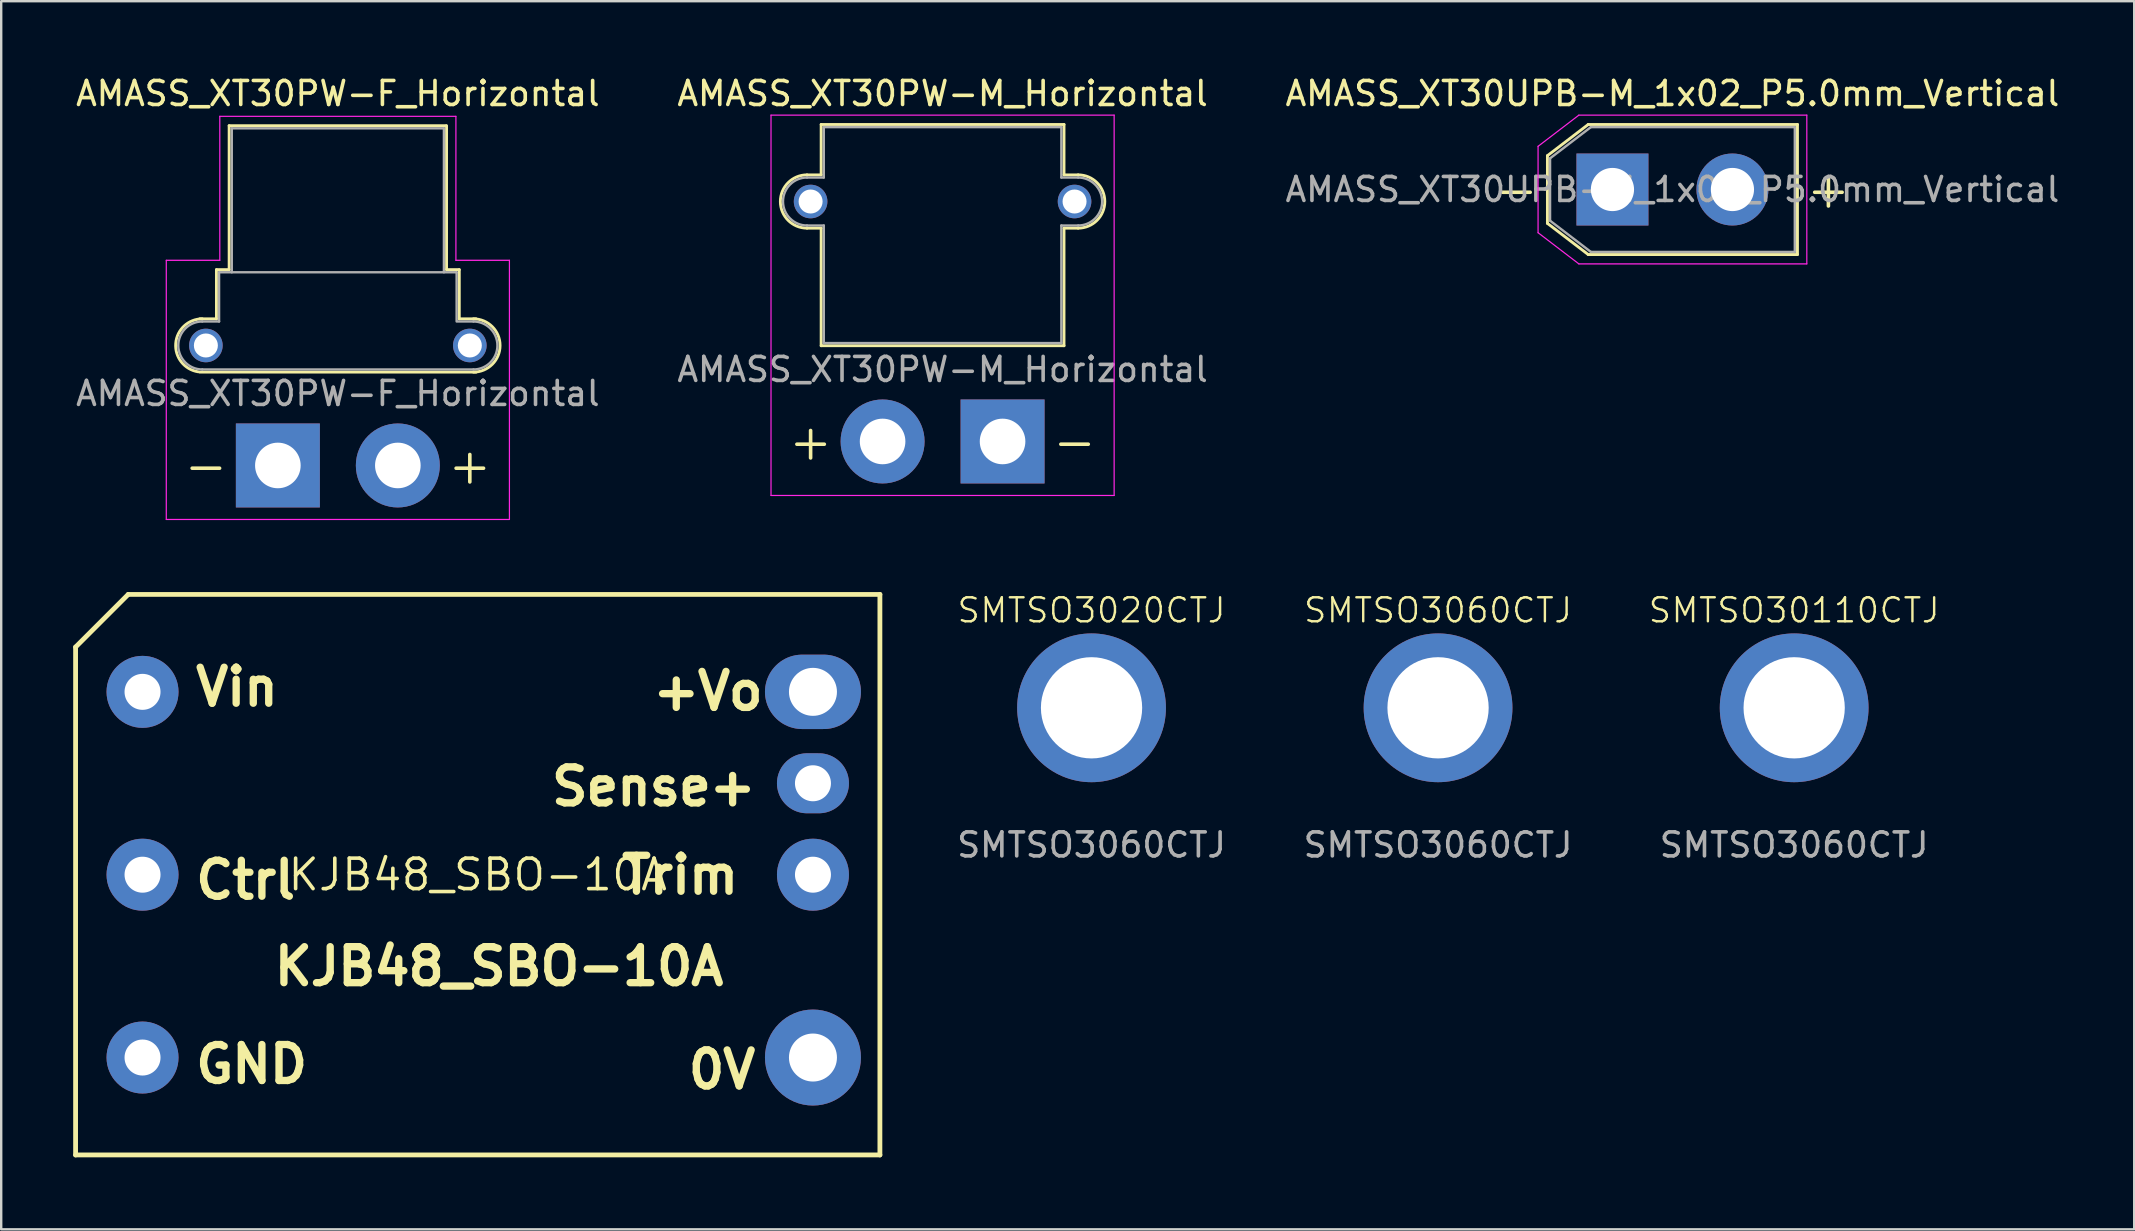
<source format=kicad_pcb>
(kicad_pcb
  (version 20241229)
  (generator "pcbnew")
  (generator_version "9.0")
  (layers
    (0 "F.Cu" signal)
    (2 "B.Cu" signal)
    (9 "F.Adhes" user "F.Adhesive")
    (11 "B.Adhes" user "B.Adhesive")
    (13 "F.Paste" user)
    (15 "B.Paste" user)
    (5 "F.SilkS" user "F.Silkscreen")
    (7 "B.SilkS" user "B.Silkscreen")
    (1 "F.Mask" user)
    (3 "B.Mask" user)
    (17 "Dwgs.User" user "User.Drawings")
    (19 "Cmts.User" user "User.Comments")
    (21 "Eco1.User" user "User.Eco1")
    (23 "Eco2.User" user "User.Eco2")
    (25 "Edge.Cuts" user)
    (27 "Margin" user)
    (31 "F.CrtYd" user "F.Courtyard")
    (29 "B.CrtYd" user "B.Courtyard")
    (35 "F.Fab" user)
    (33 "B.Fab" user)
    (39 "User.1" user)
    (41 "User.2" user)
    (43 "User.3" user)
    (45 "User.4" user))
  (footprint "AMASS_XT30UPB-M_1x02_P5.0mm_Vertical"
    (layer "F.Cu")
    (at 64.149 4.848)
    (property "Reference" "AMASS_XT30UPB-M_1x02_P5.0mm_Vertical" (at 2.5 -4 0) (layer "F.SilkS") (effects (font (size 1 1) (thickness 0.15))))
    (attr through_hole)
    (fp_line (start -2.71 -1.41) (end -2.71 1.41) (stroke (width 0.12) (type solid)) (layer "F.SilkS"))
    (fp_line (start -2.71 -1.41) (end -1.01 -2.71) (stroke (width 0.12) (type solid)) (layer "F.SilkS"))
    (fp_line (start -2.71 1.41) (end -1.01 2.71) (stroke (width 0.12) (type solid)) (layer "F.SilkS"))
    (fp_line (start -1.01 -2.71) (end 7.71 -2.71) (stroke (width 0.12) (type solid)) (layer "F.SilkS"))
    (fp_line (start -1.01 2.71) (end 7.71 2.71) (stroke (width 0.12) (type solid)) (layer "F.SilkS"))
    (fp_line (start 7.71 -2.71) (end 7.71 2.71) (stroke (width 0.12) (type solid)) (layer "F.SilkS"))
    (fp_line (start -3.1 -1.8) (end -3.1 1.8) (stroke (width 0.05) (type solid)) (layer "F.CrtYd"))
    (fp_line (start -3.1 -1.8) (end -1.4 -3.1) (stroke (width 0.05) (type solid)) (layer "F.CrtYd"))
    (fp_line (start -3.1 1.8) (end -1.4 3.1) (stroke (width 0.05) (type solid)) (layer "F.CrtYd"))
    (fp_line (start -1.4 -3.1) (end 8.1 -3.1) (stroke (width 0.05) (type solid)) (layer "F.CrtYd"))
    (fp_line (start -1.4 3.1) (end 8.1 3.1) (stroke (width 0.05) (type solid)) (layer "F.CrtYd"))
    (fp_line (start 8.1 -3.1) (end 8.1 3.1) (stroke (width 0.05) (type solid)) (layer "F.CrtYd"))
    (fp_line (start -2.6 -1.3) (end -2.6 1.3) (stroke (width 0.1) (type solid)) (layer "F.Fab"))
    (fp_line (start -2.6 -1.3) (end -0.9 -2.6) (stroke (width 0.1) (type solid)) (layer "F.Fab"))
    (fp_line (start -2.6 1.3) (end -0.9 2.6) (stroke (width 0.1) (type solid)) (layer "F.Fab"))
    (fp_line (start -0.9 -2.6) (end 7.6 -2.6) (stroke (width 0.1) (type solid)) (layer "F.Fab"))
    (fp_line (start -0.9 2.6) (end 7.6 2.6) (stroke (width 0.1) (type solid)) (layer "F.Fab"))
    (fp_line (start 7.6 -2.6) (end 7.6 2.6) (stroke (width 0.1) (type solid)) (layer "F.Fab"))
    (fp_text user "+" (at 9 0 0) (layer "F.SilkS") (effects (font (size 1.5 1.5) (thickness 0.15))))
    (fp_text user "-" (at -4 0 0) (layer "F.SilkS") (effects (font (size 1.5 1.5) (thickness 0.15))))
    (fp_text user "${REFERENCE}" (at 2.5 0 0) (layer "F.Fab") (effects (font (size 1 1) (thickness 0.15))))
    (pad "1" thru_hole rect (at 0 0) (size 3 3) (drill 1.8) (layers "*.Cu" "*.Mask"))
    (pad "2" thru_hole circle (at 5 0) (size 3 3) (drill 1.8) (layers "*.Cu" "*.Mask")))
  (footprint "SMTSO3020CTJ"
    (layer "F.Cu")
    (at 42.44 26.448)
    (property "Reference" "SMTSO3020CTJ" (at 0 -4.064 0) (unlocked yes) (layer "F.SilkS") (effects (font (size 1 1) (thickness 0.1))))
    (attr smd)
    (fp_text user "SMTSO3060CTJ" (at 0 5.715 0) (unlocked yes) (layer "F.Fab") (effects (font (size 1 1) (thickness 0.15))))
    (pad "1" thru_hole circle (at 0 0) (size 6.2 6.2) (drill 4.22) (layers "*.Cu" "*.Mask")))
  (footprint "SMTSO30110CTJ"
    (layer "F.Cu")
    (at 71.722 26.448)
    (property "Reference" "SMTSO30110CTJ" (at 0 -4.064 0) (unlocked yes) (layer "F.SilkS") (effects (font (size 1 1) (thickness 0.1))))
    (attr smd)
    (fp_text user "SMTSO3060CTJ" (at 0 5.715 0) (unlocked yes) (layer "F.Fab") (effects (font (size 1 1) (thickness 0.15))))
    (pad "1" thru_hole circle (at 0 0) (size 6.2 6.2) (drill 4.22) (layers "*.Cu" "*.Mask")))
  (footprint "SMTSO3060CTJ"
    (layer "F.Cu")
    (at 56.881 26.448)
    (property "Reference" "SMTSO3060CTJ" (at 0 -4.064 0) (unlocked yes) (layer "F.SilkS") (effects (font (size 1 1) (thickness 0.1))))
    (attr smd)
    (fp_text user "SMTSO3060CTJ" (at 0 5.715 0) (unlocked yes) (layer "F.Fab") (effects (font (size 1 1) (thickness 0.15))))
    (pad "1" thru_hole circle (at 0 0) (size 6.2 6.2) (drill 4.22) (layers "*.Cu" "*.Mask")))
  (footprint "AMASS_XT30PW-F_Horizontal"
    (layer "F.Cu")
    (at 8.53 16.348)
    (property "Reference" "AMASS_XT30PW-F_Horizontal" (at 2.5 -15.5 0) (layer "F.SilkS") (effects (font (size 1 1) (thickness 0.15))))
    (attr through_hole)
    (fp_line (start -3.26 -6.11) (end -2.56 -6.11) (stroke (width 0.12) (type solid)) (layer "F.SilkS"))
    (fp_line (start -3.26 -3.89) (end 8.26 -3.89) (stroke (width 0.12) (type solid)) (layer "F.SilkS"))
    (fp_line (start -2.56 -8.16) (end -2.56 -6.11) (stroke (width 0.12) (type solid)) (layer "F.SilkS"))
    (fp_line (start -2.56 -8.16) (end -2.03 -8.16) (stroke (width 0.12) (type solid)) (layer "F.SilkS"))
    (fp_line (start -2.03 -14.16) (end -2.03 -8.16) (stroke (width 0.12) (type solid)) (layer "F.SilkS"))
    (fp_line (start -2.03 -14.16) (end 7 -14.16) (stroke (width 0.12) (type solid)) (layer "F.SilkS"))
    (fp_line (start 7.03 -14.16) (end 7.03 -8.16) (stroke (width 0.12) (type solid)) (layer "F.SilkS"))
    (fp_line (start 7.03 -8.16) (end 7.56 -8.16) (stroke (width 0.12) (type solid)) (layer "F.SilkS"))
    (fp_line (start 7.56 -8.16) (end 7.56 -6.11) (stroke (width 0.12) (type solid)) (layer "F.SilkS"))
    (fp_line (start 7.56 -6.11) (end 8.26 -6.11) (stroke (width 0.12) (type solid)) (layer "F.SilkS"))
    (fp_arc (start -3.321729 -3.903365) (mid -4.256653 -5.086124) (end -3.15 -6.11) (stroke (width 0.12) (type solid)) (layer "F.SilkS"))
    (fp_arc (start 8.15 -6.11) (mid 9.26 -5) (end 8.15 -3.89) (stroke (width 0.12) (type solid)) (layer "F.SilkS"))
    (fp_line (start -4.65 -8.55) (end -4.65 2.25) (stroke (width 0.05) (type solid)) (layer "F.CrtYd"))
    (fp_line (start -4.65 -8.55) (end -2.42 -8.55) (stroke (width 0.05) (type solid)) (layer "F.CrtYd"))
    (fp_line (start -4.65 2.25) (end 9.65 2.25) (stroke (width 0.05) (type solid)) (layer "F.CrtYd"))
    (fp_line (start -2.42 -14.55) (end -2.42 -8.55) (stroke (width 0.05) (type solid)) (layer "F.CrtYd"))
    (fp_line (start -2.42 -14.55) (end 7.42 -14.55) (stroke (width 0.05) (type solid)) (layer "F.CrtYd"))
    (fp_line (start 7.42 -14.55) (end 7.42 -8.55) (stroke (width 0.05) (type solid)) (layer "F.CrtYd"))
    (fp_line (start 7.42 -8.55) (end 9.65 -8.55) (stroke (width 0.05) (type solid)) (layer "F.CrtYd"))
    (fp_line (start 9.65 -8.55) (end 9.65 2.25) (stroke (width 0.05) (type solid)) (layer "F.CrtYd"))
    (fp_line (start -3.15 -6) (end -2.45 -6) (stroke (width 0.1) (type solid)) (layer "F.Fab"))
    (fp_line (start -3.15 -4) (end 8.15 -4) (stroke (width 0.1) (type solid)) (layer "F.Fab"))
    (fp_line (start -2.45 -8.05) (end -2.45 -6) (stroke (width 0.1) (type solid)) (layer "F.Fab"))
    (fp_line (start -2.45 -8.05) (end 7.45 -8.05) (stroke (width 0.1) (type solid)) (layer "F.Fab"))
    (fp_line (start -1.92 -14.05) (end -1.92 -8.05) (stroke (width 0.1) (type solid)) (layer "F.Fab"))
    (fp_line (start -1.92 -14.05) (end 6.92 -14.05) (stroke (width 0.1) (type solid)) (layer "F.Fab"))
    (fp_line (start 6.92 -14.05) (end 6.92 -8.05) (stroke (width 0.1) (type solid)) (layer "F.Fab"))
    (fp_line (start 7.45 -8.05) (end 7.45 -6.05) (stroke (width 0.1) (type solid)) (layer "F.Fab"))
    (fp_line (start 7.45 -6) (end 8.15 -6) (stroke (width 0.1) (type solid)) (layer "F.Fab"))
    (fp_arc (start -3.15 -4) (mid -4.15 -5) (end -3.15 -6) (stroke (width 0.1) (type solid)) (layer "F.Fab"))
    (fp_arc (start 8.15 -6) (mid 9.15 -5) (end 8.15 -4) (stroke (width 0.1) (type solid)) (layer "F.Fab"))
    (fp_text user "-" (at -3 0 0) (layer "F.SilkS") (effects (font (size 1.5 1.5) (thickness 0.15))))
    (fp_text user "+" (at 8 0 0) (layer "F.SilkS") (effects (font (size 1.5 1.5) (thickness 0.15))))
    (fp_text user "${REFERENCE}" (at 2.5 -3 0) (layer "F.Fab") (effects (font (size 1 1) (thickness 0.15))))
    (pad "" thru_hole circle (at -3 -5 90) (size 1.4 1.4) (drill 1) (layers "*.Cu" "*.Mask"))
    (pad "" thru_hole circle (at 8 -5) (size 1.4 1.4) (drill 1) (layers "*.Cu" "*.Mask"))
    (pad "1" thru_hole rect (at 0 0) (size 3.5 3.5) (drill 1.9) (layers "*.Cu" "*.Mask"))
    (pad "2" thru_hole circle (at 5 0) (size 3.5 3.5) (drill 1.9) (layers "*.Cu" "*.Mask")))
  (footprint "KJB48_SBO-10A"
    (layer "F.Cu")
    (at 16.86 33.403)
    (property "Reference" "KJB48_SBO-10A" (at 0 0 0) (layer "F.SilkS") (effects (font (size 1.27 1.27) (thickness 0.15))))
    (fp_line (start -16.76 -9.487) (end -14.567 -11.68) (stroke (width 0.2) (type solid)) (layer "F.SilkS"))
    (fp_line (start -16.76 11.68) (end -16.76 -9.487) (stroke (width 0.2) (type solid)) (layer "F.SilkS"))
    (fp_line (start -16.76 11.68) (end 16.76 11.68) (stroke (width 0.2) (type solid)) (layer "F.SilkS"))
    (fp_line (start -14.567 -11.68) (end 16.76 -11.68) (stroke (width 0.2) (type solid)) (layer "F.SilkS"))
    (fp_line (start 16.76 11.68) (end 16.76 -11.68) (stroke (width 0.2) (type solid)) (layer "F.SilkS"))
    (fp_text user "0V" (at 8.622 9.002 0) (unlocked yes) (layer "F.SilkS") (effects (font (size 1.5 1.5) (thickness 0.305)) (justify left bottom)))
    (fp_text user "Ctrl" (at -11.91 1.097 0) (unlocked yes) (layer "F.SilkS") (effects (font (size 1.5 1.5) (thickness 0.305)) (justify left bottom)))
    (fp_text user "Trim" (at 5.842 0.889 0) (unlocked yes) (layer "F.SilkS") (effects (font (size 1.5 1.5) (thickness 0.305)) (justify left bottom)))
    (fp_text user "KJB48_SBO-10A" (at -8.636 4.699 0) (unlocked yes) (layer "F.SilkS") (effects (font (size 1.5 1.5) (thickness 0.305)) (justify left bottom)))
    (fp_text user "Sense+" (at 2.921 -2.794 0) (unlocked yes) (layer "F.SilkS") (effects (font (size 1.5 1.5) (thickness 0.305)) (justify left bottom)))
    (fp_text user "Vin" (at -11.912 -6.947 0) (unlocked yes) (layer "F.SilkS") (effects (font (size 1.5 1.5) (thickness 0.305)) (justify left bottom)))
    (fp_text user "GND" (at -11.91 8.776 0) (unlocked yes) (layer "F.SilkS") (effects (font (size 1.5 1.5) (thickness 0.305)) (justify left bottom)))
    (fp_text user "+Vo" (at 7.145 -6.773 0) (unlocked yes) (layer "F.SilkS") (effects (font (size 1.5 1.5) (thickness 0.305)) (justify left bottom)))
    (pad "1" thru_hole circle (at -13.97 -7.62 270) (size 3 3) (drill 1.5) (layers "*.Cu" "*.Mask"))
    (pad "2" thru_hole circle (at -13.97 0 270) (size 3 3) (drill 1.5) (layers "*.Cu" "*.Mask"))
    (pad "3" thru_hole circle (at -13.97 7.62 270) (size 3 3) (drill 1.5) (layers "*.Cu" "*.Mask"))
    (pad "4" thru_hole circle (at 13.97 7.62 270) (size 4 4) (drill 2) (layers "*.Cu" "*.Mask"))
    (pad "5" thru_hole circle (at 13.97 0 270) (size 3 3) (drill 1.5) (layers "*.Cu" "*.Mask"))
    (pad "6" thru_hole oval (at 13.97 -3.81 270) (size 2.5 3) (drill 1.5) (layers "*.Cu" "*.Mask"))
    (pad "7" thru_hole oval (at 13.97 -7.62 270) (size 3.1 4) (drill 2) (layers "*.Cu" "*.Mask")))
  (footprint "AMASS_XT30PW-M_Horizontal"
    (layer "F.Cu")
    (at 38.732 15.348)
    (property "Reference" "AMASS_XT30PW-M_Horizontal" (at -2.5 -14.5 0) (layer "F.SilkS") (effects (font (size 1 1) (thickness 0.15))))
    (attr through_hole)
    (fp_line (start -8.15 -11.11) (end -7.56 -11.11) (stroke (width 0.12) (type solid)) (layer "F.SilkS"))
    (fp_line (start -8.15 -8.89) (end -7.56 -8.89) (stroke (width 0.12) (type solid)) (layer "F.SilkS"))
    (fp_line (start -7.56 -13.21) (end -7.56 -11.11) (stroke (width 0.12) (type solid)) (layer "F.SilkS"))
    (fp_line (start -7.56 -13.21) (end 2.56 -13.21) (stroke (width 0.12) (type solid)) (layer "F.SilkS"))
    (fp_line (start -7.56 -8.89) (end -7.56 -3.99) (stroke (width 0.12) (type solid)) (layer "F.SilkS"))
    (fp_line (start -7.56 -3.99) (end 2.56 -3.99) (stroke (width 0.12) (type solid)) (layer "F.SilkS"))
    (fp_line (start 2.56 -13.21) (end 2.56 -11.11) (stroke (width 0.12) (type solid)) (layer "F.SilkS"))
    (fp_line (start 2.56 -11.11) (end 3.15 -11.11) (stroke (width 0.12) (type solid)) (layer "F.SilkS"))
    (fp_line (start 2.56 -8.89) (end 2.56 -3.99) (stroke (width 0.12) (type solid)) (layer "F.SilkS"))
    (fp_line (start 2.56 -8.89) (end 3.15 -8.89) (stroke (width 0.12) (type solid)) (layer "F.SilkS"))
    (fp_arc (start -8.15 -8.89) (mid -9.26 -10) (end -8.15 -11.11) (stroke (width 0.12) (type solid)) (layer "F.SilkS"))
    (fp_arc (start 3.15 -11.11) (mid 4.26 -10) (end 3.15 -8.89) (stroke (width 0.12) (type solid)) (layer "F.SilkS"))
    (fp_line (start -9.65 -13.6) (end -9.65 2.25) (stroke (width 0.05) (type solid)) (layer "F.CrtYd"))
    (fp_line (start -9.65 -13.6) (end 4.65 -13.6) (stroke (width 0.05) (type solid)) (layer "F.CrtYd"))
    (fp_line (start -9.65 2.25) (end 4.65 2.25) (stroke (width 0.05) (type solid)) (layer "F.CrtYd"))
    (fp_line (start 4.65 -13.6) (end 4.65 2.25) (stroke (width 0.05) (type solid)) (layer "F.CrtYd"))
    (fp_line (start -8.15 -11) (end -7.45 -11) (stroke (width 0.1) (type solid)) (layer "F.Fab"))
    (fp_line (start -8.15 -9) (end -7.45 -9) (stroke (width 0.1) (type solid)) (layer "F.Fab"))
    (fp_line (start -7.45 -13.1) (end -7.45 -11) (stroke (width 0.1) (type solid)) (layer "F.Fab"))
    (fp_line (start -7.45 -13.1) (end 2.45 -13.1) (stroke (width 0.1) (type solid)) (layer "F.Fab"))
    (fp_line (start -7.45 -9) (end -7.45 -4.1) (stroke (width 0.1) (type solid)) (layer "F.Fab"))
    (fp_line (start -7.45 -4.1) (end 2.45 -4.1) (stroke (width 0.1) (type solid)) (layer "F.Fab"))
    (fp_line (start 2.45 -13.1) (end 2.45 -11) (stroke (width 0.1) (type solid)) (layer "F.Fab"))
    (fp_line (start 2.45 -11) (end 3.15 -11) (stroke (width 0.1) (type solid)) (layer "F.Fab"))
    (fp_line (start 2.45 -9) (end 2.45 -4.1) (stroke (width 0.1) (type solid)) (layer "F.Fab"))
    (fp_line (start 2.45 -9) (end 3.15 -9) (stroke (width 0.1) (type solid)) (layer "F.Fab"))
    (fp_arc (start -8.15 -9) (mid -9.15 -10) (end -8.15 -11) (stroke (width 0.1) (type solid)) (layer "F.Fab"))
    (fp_arc (start 3.15 -11) (mid 4.15 -10) (end 3.15 -9) (stroke (width 0.1) (type solid)) (layer "F.Fab"))
    (fp_text user "+" (at -8 0 0) (layer "F.SilkS") (effects (font (size 1.5 1.5) (thickness 0.15))))
    (fp_text user "-" (at 3 0 0) (layer "F.SilkS") (effects (font (size 1.5 1.5) (thickness 0.15))))
    (fp_text user "${REFERENCE}" (at -2.5 -3 0) (layer "F.Fab") (effects (font (size 1 1) (thickness 0.15))))
    (pad "" thru_hole circle (at -8 -10) (size 1.4 1.4) (drill 1) (layers "*.Cu" "*.Mask"))
    (pad "" thru_hole circle (at 3 -10) (size 1.4 1.4) (drill 1) (layers "*.Cu" "*.Mask"))
    (pad "1" thru_hole rect (at 0 0) (size 3.5 3.5) (drill 1.9) (layers "*.Cu" "*.Mask"))
    (pad "2" thru_hole circle (at -5 0) (size 3.5 3.5) (drill 1.9) (layers "*.Cu" "*.Mask")))
  (gr_rect
    (start -3 -3)
    (end 85.893 48.183)
    (stroke (width 0.1) (type default))
    (fill no)
    (layer "Edge.Cuts")))
</source>
